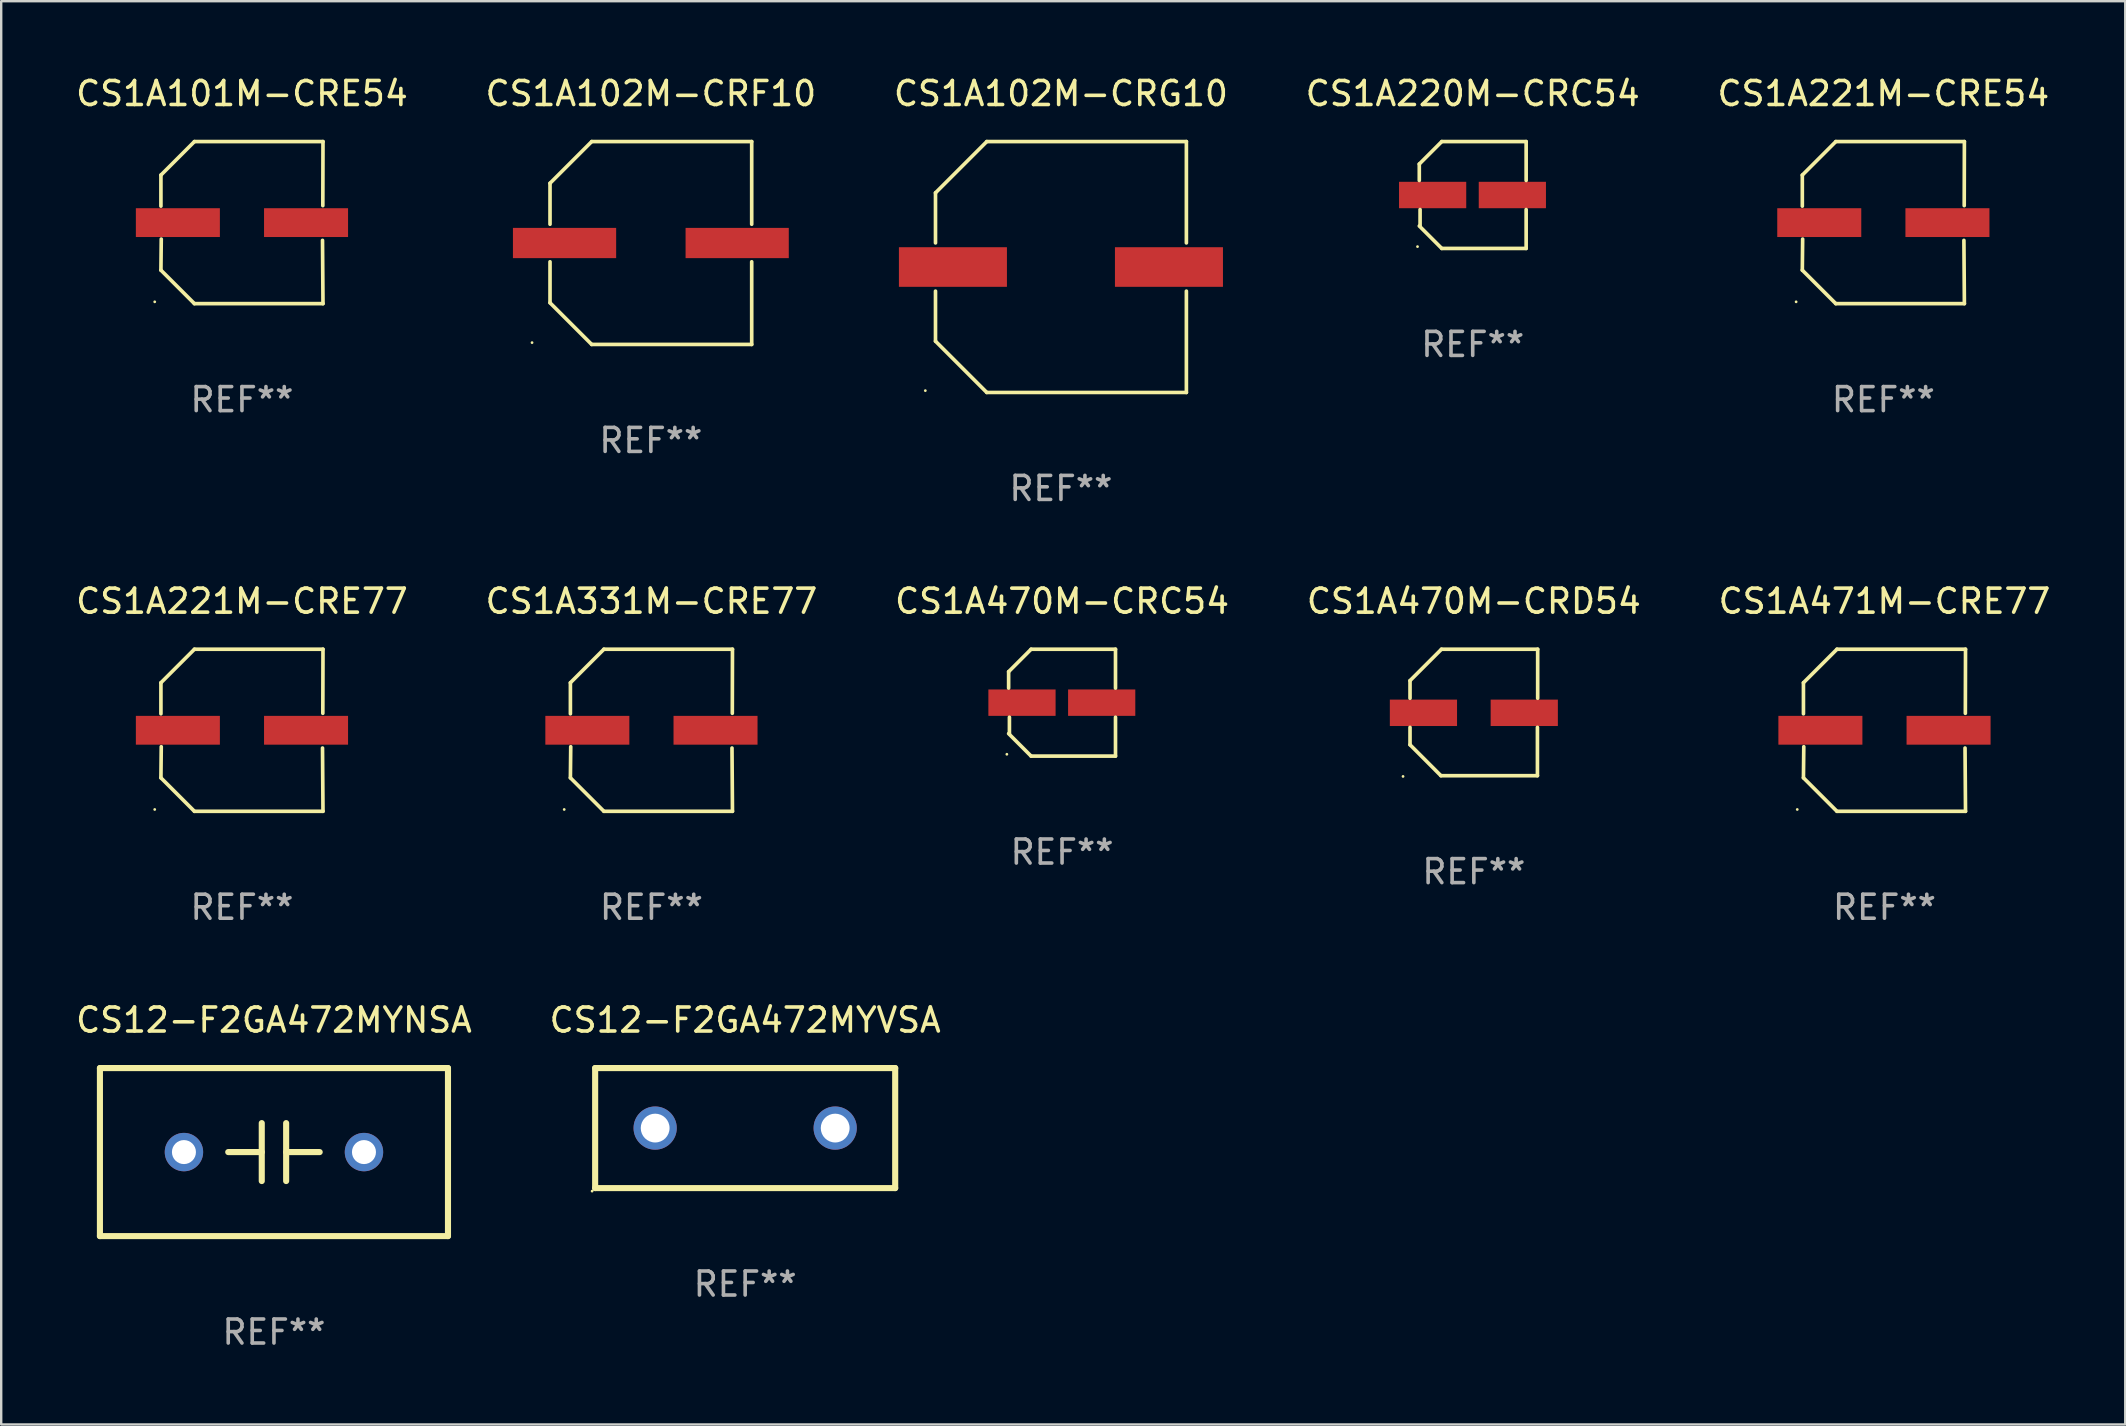
<source format=kicad_pcb>
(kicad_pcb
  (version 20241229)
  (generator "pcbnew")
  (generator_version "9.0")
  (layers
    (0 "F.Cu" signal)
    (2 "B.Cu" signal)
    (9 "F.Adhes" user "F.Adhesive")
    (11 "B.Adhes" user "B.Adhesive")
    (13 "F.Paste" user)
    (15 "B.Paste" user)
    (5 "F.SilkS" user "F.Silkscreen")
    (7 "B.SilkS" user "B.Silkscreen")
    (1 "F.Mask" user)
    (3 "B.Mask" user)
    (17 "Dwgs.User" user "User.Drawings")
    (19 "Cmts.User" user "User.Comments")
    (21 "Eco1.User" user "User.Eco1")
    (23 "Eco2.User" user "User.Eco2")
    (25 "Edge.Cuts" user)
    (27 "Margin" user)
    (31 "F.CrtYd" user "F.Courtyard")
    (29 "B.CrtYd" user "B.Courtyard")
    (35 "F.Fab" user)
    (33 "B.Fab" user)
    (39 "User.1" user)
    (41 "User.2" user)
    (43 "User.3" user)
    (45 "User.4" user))
  (footprint "CS1A221M-CRE77"
    (layer "F.Cu")
    (at 7.03 27.373)
    (property "Reference" "CS1A221M-CRE77" (at 0 -5.376 0) (layer "F.SilkS") (effects (font (size 1 1) (thickness 0.15))))
    (attr through_hole)
    (fp_line (start -3.376 -1.98) (end -3.376 -0.686) (stroke (width 0.152) (type solid)) (layer "F.SilkS"))
    (fp_line (start -3.376 1.981) (end -3.362 0.686) (stroke (width 0.152) (type solid)) (layer "F.SilkS"))
    (fp_line (start -1.981 3.376) (end -3.376 1.981) (stroke (width 0.152) (type solid)) (layer "F.SilkS"))
    (fp_line (start -1.98 -3.376) (end -3.376 -1.98) (stroke (width 0.152) (type solid)) (layer "F.SilkS"))
    (fp_line (start 3.356 0.74) (end 3.376 3.376) (stroke (width 0.152) (type solid)) (layer "F.SilkS"))
    (fp_line (start 3.369 -0.707) (end 3.376 -3.376) (stroke (width 0.152) (type solid)) (layer "F.SilkS"))
    (fp_line (start 3.376 3.376) (end -1.981 3.376) (stroke (width 0.152) (type solid)) (layer "F.SilkS"))
    (fp_line (start 3.376 -3.376) (end -1.98 -3.376) (stroke (width 0.152) (type solid)) (layer "F.SilkS"))
    (fp_circle (center -3.634 3.3) (end -3.604 3.3) (stroke (width 0.06) (type solid)) (fill no) (layer "F.SilkS"))
    (fp_text user "REF**" (at 0 7.376 0) (layer "F.Fab") (effects (font (size 1 1) (thickness 0.15))))
    (pad "1" smd rect (at -2.67 0.000254) (size 3.5 1.2) (layers "F.Cu" "F.Mask" "F.Paste"))
    (pad "2" smd rect (at 2.67 0.000254) (size 3.5 1.2) (layers "F.Cu" "F.Mask" "F.Paste")))
  (footprint "CS1A102M-CRF10"
    (layer "F.Cu")
    (at 24.065 7.074)
    (property "Reference" "CS1A102M-CRF10" (at 0 -6.226 0) (layer "F.SilkS") (effects (font (size 1 1) (thickness 0.15))))
    (attr through_hole)
    (fp_line (start -4.201 -2.49) (end -4.201 -0.782) (stroke (width 0.152) (type solid)) (layer "F.SilkS"))
    (fp_line (start -4.201 2.49) (end -4.201 0.782) (stroke (width 0.152) (type solid)) (layer "F.SilkS"))
    (fp_line (start -2.465 -4.226) (end -4.201 -2.49) (stroke (width 0.152) (type solid)) (layer "F.SilkS"))
    (fp_line (start -2.465 4.226) (end -4.201 2.49) (stroke (width 0.152) (type solid)) (layer "F.SilkS"))
    (fp_line (start 4.201 -4.226) (end -2.465 -4.226) (stroke (width 0.152) (type solid)) (layer "F.SilkS"))
    (fp_line (start 4.201 -0.782) (end 4.201 -4.226) (stroke (width 0.152) (type solid)) (layer "F.SilkS"))
    (fp_line (start 4.201 0.782) (end 4.201 4.226) (stroke (width 0.152) (type solid)) (layer "F.SilkS"))
    (fp_line (start 4.201 4.226) (end -2.465 4.226) (stroke (width 0.152) (type solid)) (layer "F.SilkS"))
    (fp_circle (center -4.95 4.15) (end -4.92 4.15) (stroke (width 0.06) (type solid)) (fill no) (layer "F.SilkS"))
    (fp_text user "REF**" (at 0 8.226 0) (layer "F.Fab") (effects (font (size 1 1) (thickness 0.15))))
    (pad "1" smd rect (at -3.596 0.000025) (size 4.3 1.26) (layers "F.Cu" "F.Mask" "F.Paste"))
    (pad "2" smd rect (at 3.596 0.000025) (size 4.3 1.26) (layers "F.Cu" "F.Mask" "F.Paste")))
  (footprint "CS1A331M-CRE77"
    (layer "F.Cu")
    (at 24.089 27.373)
    (property "Reference" "CS1A331M-CRE77" (at 0 -5.376 0) (layer "F.SilkS") (effects (font (size 1 1) (thickness 0.15))))
    (attr through_hole)
    (fp_line (start -3.376 -1.98) (end -3.376 -0.686) (stroke (width 0.152) (type solid)) (layer "F.SilkS"))
    (fp_line (start -3.376 1.981) (end -3.362 0.686) (stroke (width 0.152) (type solid)) (layer "F.SilkS"))
    (fp_line (start -1.981 3.376) (end -3.376 1.981) (stroke (width 0.152) (type solid)) (layer "F.SilkS"))
    (fp_line (start -1.98 -3.376) (end -3.376 -1.98) (stroke (width 0.152) (type solid)) (layer "F.SilkS"))
    (fp_line (start 3.356 0.74) (end 3.376 3.376) (stroke (width 0.152) (type solid)) (layer "F.SilkS"))
    (fp_line (start 3.369 -0.707) (end 3.376 -3.376) (stroke (width 0.152) (type solid)) (layer "F.SilkS"))
    (fp_line (start 3.376 3.376) (end -1.981 3.376) (stroke (width 0.152) (type solid)) (layer "F.SilkS"))
    (fp_line (start 3.376 -3.376) (end -1.98 -3.376) (stroke (width 0.152) (type solid)) (layer "F.SilkS"))
    (fp_circle (center -3.634 3.3) (end -3.604 3.3) (stroke (width 0.06) (type solid)) (fill no) (layer "F.SilkS"))
    (fp_text user "REF**" (at 0 7.376 0) (layer "F.Fab") (effects (font (size 1 1) (thickness 0.15))))
    (pad "1" smd rect (at -2.67 0.000254) (size 3.5 1.2) (layers "F.Cu" "F.Mask" "F.Paste"))
    (pad "2" smd rect (at 2.67 0.000254) (size 3.5 1.2) (layers "F.Cu" "F.Mask" "F.Paste")))
  (footprint "CS1A471M-CRE77"
    (layer "F.Cu")
    (at 75.458 27.373)
    (property "Reference" "CS1A471M-CRE77" (at 0 -5.376 0) (layer "F.SilkS") (effects (font (size 1 1) (thickness 0.15))))
    (attr through_hole)
    (fp_line (start -3.376 -1.98) (end -3.376 -0.686) (stroke (width 0.152) (type solid)) (layer "F.SilkS"))
    (fp_line (start -3.376 1.981) (end -3.362 0.686) (stroke (width 0.152) (type solid)) (layer "F.SilkS"))
    (fp_line (start -1.981 3.376) (end -3.376 1.981) (stroke (width 0.152) (type solid)) (layer "F.SilkS"))
    (fp_line (start -1.98 -3.376) (end -3.376 -1.98) (stroke (width 0.152) (type solid)) (layer "F.SilkS"))
    (fp_line (start 3.356 0.74) (end 3.376 3.376) (stroke (width 0.152) (type solid)) (layer "F.SilkS"))
    (fp_line (start 3.369 -0.707) (end 3.376 -3.376) (stroke (width 0.152) (type solid)) (layer "F.SilkS"))
    (fp_line (start 3.376 3.376) (end -1.981 3.376) (stroke (width 0.152) (type solid)) (layer "F.SilkS"))
    (fp_line (start 3.376 -3.376) (end -1.98 -3.376) (stroke (width 0.152) (type solid)) (layer "F.SilkS"))
    (fp_circle (center -3.634 3.3) (end -3.604 3.3) (stroke (width 0.06) (type solid)) (fill no) (layer "F.SilkS"))
    (fp_text user "REF**" (at 0 7.376 0) (layer "F.Fab") (effects (font (size 1 1) (thickness 0.15))))
    (pad "1" smd rect (at -2.67 0.000254) (size 3.5 1.2) (layers "F.Cu" "F.Mask" "F.Paste"))
    (pad "2" smd rect (at 2.67 0.000254) (size 3.5 1.2) (layers "F.Cu" "F.Mask" "F.Paste")))
  (footprint "CS1A220M-CRC54"
    (layer "F.Cu")
    (at 58.304 5.074)
    (property "Reference" "CS1A220M-CRC54" (at 0 -4.226 0) (layer "F.SilkS") (effects (font (size 1 1) (thickness 0.15))))
    (attr through_hole)
    (fp_line (start -2.226 -1.29) (end -2.226 -0.607) (stroke (width 0.152) (type solid)) (layer "F.SilkS"))
    (fp_line (start -2.193 1.29) (end -2.193 0.607) (stroke (width 0.152) (type solid)) (layer "F.SilkS"))
    (fp_line (start -1.29 2.226) (end -2.226 1.29) (stroke (width 0.152) (type solid)) (layer "F.SilkS"))
    (fp_line (start -1.29 -2.226) (end -2.226 -1.29) (stroke (width 0.152) (type solid)) (layer "F.SilkS"))
    (fp_line (start 2.226 -2.226) (end -1.29 -2.226) (stroke (width 0.152) (type solid)) (layer "F.SilkS"))
    (fp_line (start 2.226 -0.607) (end 2.226 -2.226) (stroke (width 0.152) (type solid)) (layer "F.SilkS"))
    (fp_line (start 2.226 0.607) (end 2.226 2.226) (stroke (width 0.152) (type solid)) (layer "F.SilkS"))
    (fp_line (start 2.226 2.226) (end -1.29 2.226) (stroke (width 0.152) (type solid)) (layer "F.SilkS"))
    (fp_circle (center -2.3 2.15) (end -2.27 2.15) (stroke (width 0.06) (type solid)) (fill no) (layer "F.SilkS"))
    (fp_text user "REF**" (at 0 6.226 0) (layer "F.Fab") (effects (font (size 1 1) (thickness 0.15))))
    (pad "1" smd rect (at -1.67 -0.000025) (size 2.8 1.1) (layers "F.Cu" "F.Mask" "F.Paste"))
    (pad "2" smd rect (at 1.651 -0.000025) (size 2.8 1.1) (layers "F.Cu" "F.Mask" "F.Paste")))
  (footprint "CS1A101M-CRE54"
    (layer "F.Cu")
    (at 7.03 6.224)
    (property "Reference" "CS1A101M-CRE54" (at 0 -5.376 0) (layer "F.SilkS") (effects (font (size 1 1) (thickness 0.15))))
    (attr through_hole)
    (fp_line (start -3.376 -1.98) (end -3.376 -0.686) (stroke (width 0.152) (type solid)) (layer "F.SilkS"))
    (fp_line (start -3.376 1.981) (end -3.362 0.686) (stroke (width 0.152) (type solid)) (layer "F.SilkS"))
    (fp_line (start -1.981 3.376) (end -3.376 1.981) (stroke (width 0.152) (type solid)) (layer "F.SilkS"))
    (fp_line (start -1.98 -3.376) (end -3.376 -1.98) (stroke (width 0.152) (type solid)) (layer "F.SilkS"))
    (fp_line (start 3.356 0.74) (end 3.376 3.376) (stroke (width 0.152) (type solid)) (layer "F.SilkS"))
    (fp_line (start 3.369 -0.707) (end 3.376 -3.376) (stroke (width 0.152) (type solid)) (layer "F.SilkS"))
    (fp_line (start 3.376 3.376) (end -1.981 3.376) (stroke (width 0.152) (type solid)) (layer "F.SilkS"))
    (fp_line (start 3.376 -3.376) (end -1.98 -3.376) (stroke (width 0.152) (type solid)) (layer "F.SilkS"))
    (fp_circle (center -3.634 3.3) (end -3.604 3.3) (stroke (width 0.06) (type solid)) (fill no) (layer "F.SilkS"))
    (fp_text user "REF**" (at 0 7.376 0) (layer "F.Fab") (effects (font (size 1 1) (thickness 0.15))))
    (pad "1" smd rect (at -2.67 0.000254) (size 3.5 1.2) (layers "F.Cu" "F.Mask" "F.Paste"))
    (pad "2" smd rect (at 2.67 0.000254) (size 3.5 1.2) (layers "F.Cu" "F.Mask" "F.Paste")))
  (footprint "CS1A470M-CRD54"
    (layer "F.Cu")
    (at 58.351 26.631)
    (property "Reference" "CS1A470M-CRD54" (at 0 -4.634 0) (layer "F.SilkS") (effects (font (size 1 1) (thickness 0.15))))
    (attr through_hole)
    (fp_line (start -2.659 -1.326) (end -2.659 -0.592) (stroke (width 0.152) (type solid)) (layer "F.SilkS"))
    (fp_line (start -2.659 1.346) (end -2.659 0.622) (stroke (width 0.152) (type solid)) (layer "F.SilkS"))
    (fp_line (start -1.372 2.634) (end -2.659 1.346) (stroke (width 0.152) (type solid)) (layer "F.SilkS"))
    (fp_line (start -1.349 -2.634) (end -2.659 -1.326) (stroke (width 0.152) (type solid)) (layer "F.SilkS"))
    (fp_line (start 2.649 0.622) (end 2.649 2.634) (stroke (width 0.152) (type solid)) (layer "F.SilkS"))
    (fp_line (start 2.649 2.634) (end -1.372 2.634) (stroke (width 0.152) (type solid)) (layer "F.SilkS"))
    (fp_line (start 2.659 -2.634) (end -1.349 -2.634) (stroke (width 0.152) (type solid)) (layer "F.SilkS"))
    (fp_line (start 2.659 -0.592) (end 2.659 -2.634) (stroke (width 0.152) (type solid)) (layer "F.SilkS"))
    (fp_circle (center -2.95 2.665) (end -2.92 2.665) (stroke (width 0.06) (type solid)) (fill no) (layer "F.SilkS"))
    (fp_text user "REF**" (at 0 6.634 0) (layer "F.Fab") (effects (font (size 1 1) (thickness 0.15))))
    (pad "1" smd rect (at -2.1 0.015) (size 2.8 1.1) (layers "F.Cu" "F.Mask" "F.Paste"))
    (pad "2" smd rect (at 2.1 0.015) (size 2.8 1.1) (layers "F.Cu" "F.Mask" "F.Paste")))
  (footprint "CS12-F2GA472MYVSA"
    (layer "F.Cu")
    (at 27.994 43.946)
    (property "Reference" "CS12-F2GA472MYVSA" (at 0 -4.5 0) (layer "F.SilkS") (effects (font (size 1 1) (thickness 0.15))))
    (attr through_hole)
    (fp_line (start -6.25 -2.5) (end 6.25 -2.5) (stroke (width 0.254) (type solid)) (layer "F.SilkS"))
    (fp_line (start -6.25 2.5) (end -6.25 -2.5) (stroke (width 0.254) (type solid)) (layer "F.SilkS"))
    (fp_line (start 6.25 -2.5) (end 6.25 2.5) (stroke (width 0.254) (type solid)) (layer "F.SilkS"))
    (fp_line (start 6.25 2.5) (end -6.25 2.5) (stroke (width 0.254) (type solid)) (layer "F.SilkS"))
    (fp_circle (center -6.377 2.627) (end -6.347 2.627) (stroke (width 0.06) (type solid)) (fill no) (layer "F.SilkS"))
    (fp_text user "REF**" (at 0 6.5 0) (layer "F.Fab") (effects (font (size 1 1) (thickness 0.15))))
    (pad "1" thru_hole circle (at -3.75 0) (size 1.8 1.8) (drill 1.2) (layers "*.Cu" "*.Mask"))
    (pad "2" thru_hole circle (at 3.75 0) (size 1.8 1.8) (drill 1.2) (layers "*.Cu" "*.Mask")))
  (footprint "CS1A102M-CRG10"
    (layer "F.Cu")
    (at 41.149 8.074)
    (property "Reference" "CS1A102M-CRG10" (at 0 -7.226 0) (layer "F.SilkS") (effects (font (size 1 1) (thickness 0.15))))
    (attr through_hole)
    (fp_line (start -5.226 -3.09) (end -5.226 -1.005) (stroke (width 0.152) (type solid)) (layer "F.SilkS"))
    (fp_line (start -5.226 1.005) (end -5.226 3.09) (stroke (width 0.152) (type solid)) (layer "F.SilkS"))
    (fp_line (start -3.09 -5.226) (end -5.226 -3.09) (stroke (width 0.152) (type solid)) (layer "F.SilkS"))
    (fp_line (start -3.09 5.226) (end -5.226 3.09) (stroke (width 0.152) (type solid)) (layer "F.SilkS"))
    (fp_line (start 5.226 -5.226) (end -3.09 -5.226) (stroke (width 0.152) (type solid)) (layer "F.SilkS"))
    (fp_line (start 5.226 -1.005) (end 5.226 -5.226) (stroke (width 0.152) (type solid)) (layer "F.SilkS"))
    (fp_line (start 5.226 5.226) (end -3.09 5.226) (stroke (width 0.152) (type solid)) (layer "F.SilkS"))
    (fp_line (start 5.226 5.226) (end 5.226 1.005) (stroke (width 0.152) (type solid)) (layer "F.SilkS"))
    (fp_circle (center -5.65 5.15) (end -5.62 5.15) (stroke (width 0.06) (type solid)) (fill no) (layer "F.SilkS"))
    (fp_text user "REF**" (at 0 9.226 0) (layer "F.Fab") (effects (font (size 1 1) (thickness 0.15))))
    (pad "1" smd rect (at -4.5 0) (size 4.5 1.65) (layers "F.Cu" "F.Mask" "F.Paste"))
    (pad "2" smd rect (at 4.5 0) (size 4.5 1.65) (layers "F.Cu" "F.Mask" "F.Paste")))
  (footprint "CS12-F2GA472MYNSA"
    (layer "F.Cu")
    (at 8.363 44.946)
    (property "Reference" "CS12-F2GA472MYNSA" (at 0 -5.5 0) (layer "F.SilkS") (effects (font (size 1 1) (thickness 0.15))))
    (attr through_hole)
    (fp_line (start -7.25 -3.5) (end -7.25 3.5) (stroke (width 0.254) (type solid)) (layer "F.SilkS"))
    (fp_line (start -7.25 -3.5) (end 7.25 -3.5) (stroke (width 0.254) (type solid)) (layer "F.SilkS"))
    (fp_line (start -0.508 -0.000025) (end -1.905 -0.000025) (stroke (width 0.254) (type solid)) (layer "F.SilkS"))
    (fp_line (start -0.508 1.207) (end -0.508 -1.207) (stroke (width 0.254) (type solid)) (layer "F.SilkS"))
    (fp_line (start 0.508 -1.207) (end 0.508 1.207) (stroke (width 0.254) (type solid)) (layer "F.SilkS"))
    (fp_line (start 0.508 0.000025) (end 1.905 0.000025) (stroke (width 0.254) (type solid)) (layer "F.SilkS"))
    (fp_line (start 7.25 3.5) (end -7.25 3.5) (stroke (width 0.254) (type solid)) (layer "F.SilkS"))
    (fp_line (start 7.25 -3.5) (end 7.25 3.5) (stroke (width 0.254) (type solid)) (layer "F.SilkS"))
    (fp_circle (center -7.25 3.5) (end -7.22 3.5) (stroke (width 0.06) (type solid)) (fill no) (layer "F.SilkS"))
    (fp_text user "REF**" (at 0 7.5 0) (layer "F.Fab") (effects (font (size 1 1) (thickness 0.15))))
    (pad "1" thru_hole circle (at -3.75 0) (size 1.6 1.6) (drill 1) (layers "*.Cu" "*.Mask"))
    (pad "2" thru_hole circle (at 3.75 0) (size 1.6 1.6) (drill 1) (layers "*.Cu" "*.Mask")))
  (footprint "CS1A221M-CRE54"
    (layer "F.Cu")
    (at 75.411 6.224)
    (property "Reference" "CS1A221M-CRE54" (at 0 -5.376 0) (layer "F.SilkS") (effects (font (size 1 1) (thickness 0.15))))
    (attr through_hole)
    (fp_line (start -3.376 -1.98) (end -3.376 -0.686) (stroke (width 0.152) (type solid)) (layer "F.SilkS"))
    (fp_line (start -3.376 1.981) (end -3.362 0.686) (stroke (width 0.152) (type solid)) (layer "F.SilkS"))
    (fp_line (start -1.981 3.376) (end -3.376 1.981) (stroke (width 0.152) (type solid)) (layer "F.SilkS"))
    (fp_line (start -1.98 -3.376) (end -3.376 -1.98) (stroke (width 0.152) (type solid)) (layer "F.SilkS"))
    (fp_line (start 3.356 0.74) (end 3.376 3.376) (stroke (width 0.152) (type solid)) (layer "F.SilkS"))
    (fp_line (start 3.369 -0.707) (end 3.376 -3.376) (stroke (width 0.152) (type solid)) (layer "F.SilkS"))
    (fp_line (start 3.376 3.376) (end -1.981 3.376) (stroke (width 0.152) (type solid)) (layer "F.SilkS"))
    (fp_line (start 3.376 -3.376) (end -1.98 -3.376) (stroke (width 0.152) (type solid)) (layer "F.SilkS"))
    (fp_circle (center -3.634 3.3) (end -3.604 3.3) (stroke (width 0.06) (type solid)) (fill no) (layer "F.SilkS"))
    (fp_text user "REF**" (at 0 7.376 0) (layer "F.Fab") (effects (font (size 1 1) (thickness 0.15))))
    (pad "1" smd rect (at -2.67 0.000254) (size 3.5 1.2) (layers "F.Cu" "F.Mask" "F.Paste"))
    (pad "2" smd rect (at 2.67 0.000254) (size 3.5 1.2) (layers "F.Cu" "F.Mask" "F.Paste")))
  (footprint "CS1A470M-CRC54"
    (layer "F.Cu")
    (at 41.196 26.223)
    (property "Reference" "CS1A470M-CRC54" (at 0 -4.226 0) (layer "F.SilkS") (effects (font (size 1 1) (thickness 0.15))))
    (attr through_hole)
    (fp_line (start -2.226 -1.29) (end -2.226 -0.607) (stroke (width 0.152) (type solid)) (layer "F.SilkS"))
    (fp_line (start -2.193 1.29) (end -2.193 0.607) (stroke (width 0.152) (type solid)) (layer "F.SilkS"))
    (fp_line (start -1.29 2.226) (end -2.226 1.29) (stroke (width 0.152) (type solid)) (layer "F.SilkS"))
    (fp_line (start -1.29 -2.226) (end -2.226 -1.29) (stroke (width 0.152) (type solid)) (layer "F.SilkS"))
    (fp_line (start 2.226 -2.226) (end -1.29 -2.226) (stroke (width 0.152) (type solid)) (layer "F.SilkS"))
    (fp_line (start 2.226 -0.607) (end 2.226 -2.226) (stroke (width 0.152) (type solid)) (layer "F.SilkS"))
    (fp_line (start 2.226 0.607) (end 2.226 2.226) (stroke (width 0.152) (type solid)) (layer "F.SilkS"))
    (fp_line (start 2.226 2.226) (end -1.29 2.226) (stroke (width 0.152) (type solid)) (layer "F.SilkS"))
    (fp_circle (center -2.3 2.15) (end -2.27 2.15) (stroke (width 0.06) (type solid)) (fill no) (layer "F.SilkS"))
    (fp_text user "REF**" (at 0 6.226 0) (layer "F.Fab") (effects (font (size 1 1) (thickness 0.15))))
    (pad "1" smd rect (at -1.67 -0.000025) (size 2.8 1.1) (layers "F.Cu" "F.Mask" "F.Paste"))
    (pad "2" smd rect (at 1.651 -0.000025) (size 2.8 1.1) (layers "F.Cu" "F.Mask" "F.Paste")))
  (gr_rect
    (start -3 -3)
    (end 85.488 56.294)
    (stroke (width 0.1) (type default))
    (fill no)
    (layer "Edge.Cuts")))
</source>
